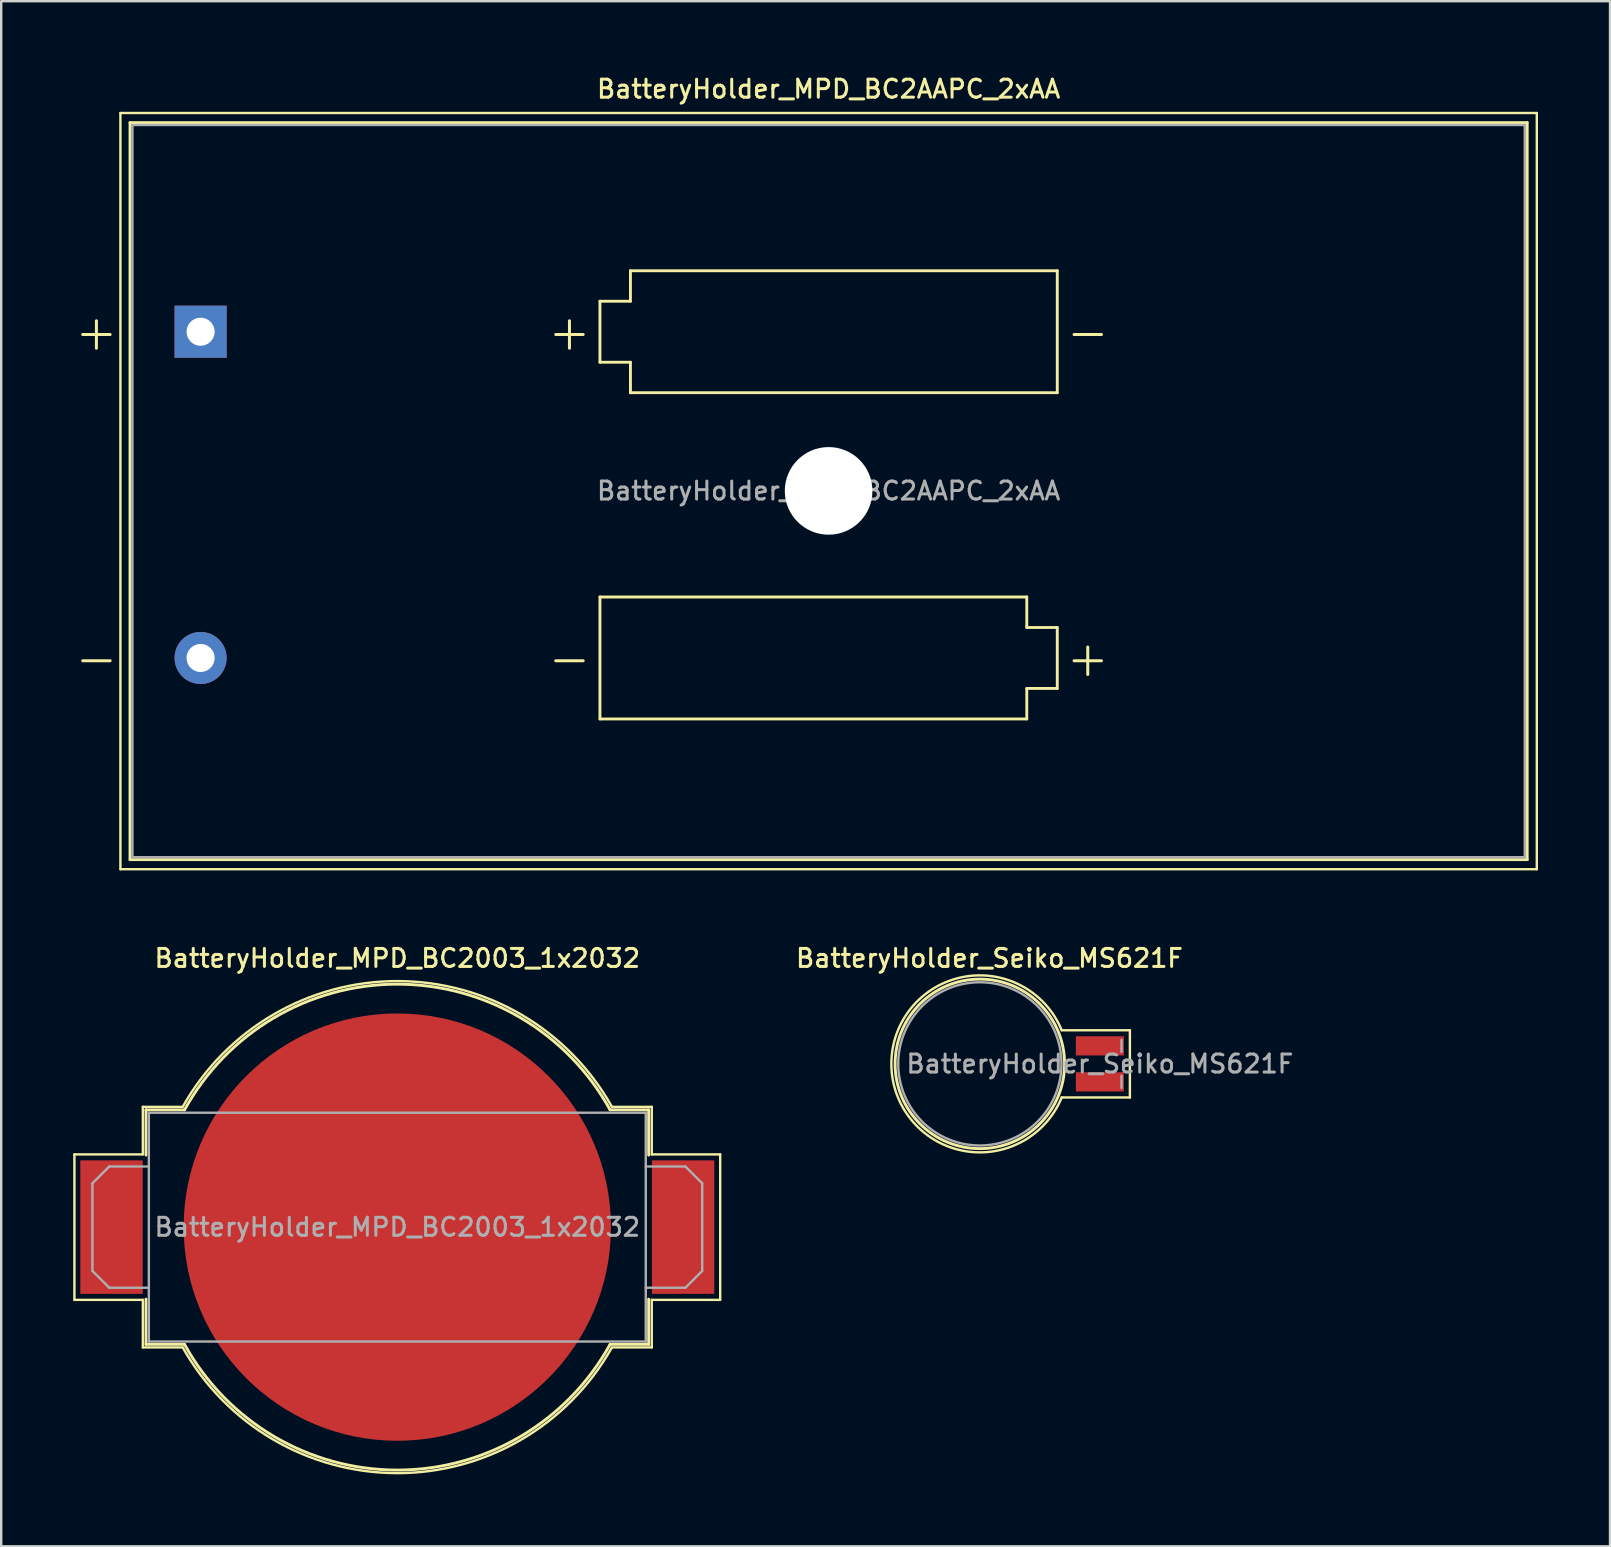
<source format=kicad_pcb>
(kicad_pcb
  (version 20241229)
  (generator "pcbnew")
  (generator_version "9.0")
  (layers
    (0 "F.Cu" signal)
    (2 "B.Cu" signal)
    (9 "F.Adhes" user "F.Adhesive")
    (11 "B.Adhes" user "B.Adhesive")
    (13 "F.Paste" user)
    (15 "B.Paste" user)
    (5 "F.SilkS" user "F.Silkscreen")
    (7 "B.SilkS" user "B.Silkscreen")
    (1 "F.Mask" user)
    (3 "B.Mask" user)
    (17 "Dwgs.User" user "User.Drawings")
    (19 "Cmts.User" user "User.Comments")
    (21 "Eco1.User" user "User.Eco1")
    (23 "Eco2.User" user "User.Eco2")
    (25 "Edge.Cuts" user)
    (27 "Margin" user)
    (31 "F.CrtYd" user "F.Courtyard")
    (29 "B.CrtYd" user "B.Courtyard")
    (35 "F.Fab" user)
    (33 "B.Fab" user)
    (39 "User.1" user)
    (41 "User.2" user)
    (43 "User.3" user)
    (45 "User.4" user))
  (footprint "BatteryHolder_Seiko_MS621F"
    (layer "F.Cu")
    (at 42.766 41.266)
    (property "Reference" "BatteryHolder_Seiko_MS621F" (at -4.6 -4.4 0) (layer "F.SilkS") (effects (font (size 0.75 0.75) (thickness 0.125))))
    (attr smd)
    (fp_line (start -1.59 -1.4) (end 1.25 -1.4) (stroke (width 0.1) (type solid)) (layer "F.SilkS"))
    (fp_line (start 1.25 -1.4) (end 1.25 1.4) (stroke (width 0.1) (type solid)) (layer "F.SilkS"))
    (fp_line (start 1.25 1.4) (end -1.59 1.4) (stroke (width 0.1) (type solid)) (layer "F.SilkS"))
    (fp_arc (start -1.59 1.4) (mid -8.686204 0.001869) (end -1.591421 -1.403457) (stroke (width 0.1) (type solid)) (layer "F.SilkS"))
    (fp_circle (center -5 0) (end -1.47 0) (stroke (width 0.12) (type solid)) (fill no) (layer "F.SilkS"))
    (fp_line (start 0.9 -1) (end 0.9 -0.5) (stroke (width 0.1) (type solid)) (layer "F.Fab"))
    (fp_line (start 0.9 0.5) (end 0.9 1) (stroke (width 0.1) (type solid)) (layer "F.Fab"))
    (fp_circle (center -5 0) (end -1.6 0) (stroke (width 0.1) (type solid)) (fill no) (layer "F.Fab"))
    (fp_text user "${REFERENCE}" (at 0 0 0) (layer "F.Fab") (effects (font (size 0.75 0.75) (thickness 0.125))))
    (pad "1" smd rect (at 0 -0.75) (size 2 0.8) (layers "F.Cu" "F.Mask" "F.Paste"))
    (pad "2" smd rect (at 0 0.75) (size 2 0.8) (layers "F.Cu" "F.Mask" "F.Paste")))
  (footprint "BatteryHolder_MPD_BC2AAPC_2xAA"
    (layer "F.Cu")
    (at 5.306 10.768)
    (property "Reference" "BatteryHolder_MPD_BC2AAPC_2xAA" (at 26.16 -10.11 0) (layer "F.SilkS") (effects (font (size 0.75 0.75) (thickness 0.125))))
    (attr through_hole)
    (fp_line (start -3.34 -9.11) (end -3.34 22.39) (stroke (width 0.1) (type solid)) (layer "F.SilkS"))
    (fp_line (start -3.34 22.39) (end 55.66 22.39) (stroke (width 0.1) (type solid)) (layer "F.SilkS"))
    (fp_line (start -2.94 -8.71) (end -2.94 21.99) (stroke (width 0.12) (type solid)) (layer "F.SilkS"))
    (fp_line (start -2.94 21.99) (end 55.26 21.99) (stroke (width 0.12) (type solid)) (layer "F.SilkS"))
    (fp_line (start 16.635 -1.27) (end 17.905 -1.27) (stroke (width 0.12) (type solid)) (layer "F.SilkS"))
    (fp_line (start 16.635 1.27) (end 16.635 -1.27) (stroke (width 0.12) (type solid)) (layer "F.SilkS"))
    (fp_line (start 16.635 11.05) (end 16.635 16.13) (stroke (width 0.12) (type solid)) (layer "F.SilkS"))
    (fp_line (start 16.635 16.13) (end 34.415 16.13) (stroke (width 0.12) (type solid)) (layer "F.SilkS"))
    (fp_line (start 17.905 -2.54) (end 35.685 -2.54) (stroke (width 0.12) (type solid)) (layer "F.SilkS"))
    (fp_line (start 17.905 -1.27) (end 17.905 -2.54) (stroke (width 0.12) (type solid)) (layer "F.SilkS"))
    (fp_line (start 17.905 1.27) (end 16.635 1.27) (stroke (width 0.12) (type solid)) (layer "F.SilkS"))
    (fp_line (start 17.905 2.54) (end 17.905 1.27) (stroke (width 0.12) (type solid)) (layer "F.SilkS"))
    (fp_line (start 34.415 11.05) (end 16.635 11.05) (stroke (width 0.12) (type solid)) (layer "F.SilkS"))
    (fp_line (start 34.415 12.32) (end 34.415 11.05) (stroke (width 0.12) (type solid)) (layer "F.SilkS"))
    (fp_line (start 34.415 14.86) (end 35.685 14.86) (stroke (width 0.12) (type solid)) (layer "F.SilkS"))
    (fp_line (start 34.415 16.13) (end 34.415 14.86) (stroke (width 0.12) (type solid)) (layer "F.SilkS"))
    (fp_line (start 35.685 -2.54) (end 35.685 2.54) (stroke (width 0.12) (type solid)) (layer "F.SilkS"))
    (fp_line (start 35.685 2.54) (end 17.905 2.54) (stroke (width 0.12) (type solid)) (layer "F.SilkS"))
    (fp_line (start 35.685 12.32) (end 34.415 12.32) (stroke (width 0.12) (type solid)) (layer "F.SilkS"))
    (fp_line (start 35.685 14.86) (end 35.685 12.32) (stroke (width 0.12) (type solid)) (layer "F.SilkS"))
    (fp_line (start 55.26 -8.71) (end -2.94 -8.71) (stroke (width 0.12) (type solid)) (layer "F.SilkS"))
    (fp_line (start 55.26 21.99) (end 55.26 -8.71) (stroke (width 0.12) (type solid)) (layer "F.SilkS"))
    (fp_line (start 55.66 -9.11) (end -3.34 -9.11) (stroke (width 0.1) (type solid)) (layer "F.SilkS"))
    (fp_line (start 55.66 22.39) (end 55.66 -9.11) (stroke (width 0.1) (type solid)) (layer "F.SilkS"))
    (fp_line (start -2.84 -8.61) (end -2.84 21.89) (stroke (width 0.1) (type solid)) (layer "F.Fab"))
    (fp_line (start -2.84 21.89) (end 55.16 21.89) (stroke (width 0.1) (type solid)) (layer "F.Fab"))
    (fp_line (start 55.16 -8.61) (end -2.84 -8.61) (stroke (width 0.1) (type solid)) (layer "F.Fab"))
    (fp_line (start 55.16 21.89) (end 55.16 -8.61) (stroke (width 0.1) (type solid)) (layer "F.Fab"))
    (fp_text user "+" (at -4.34 0 0) (layer "F.SilkS") (effects (font (size 1.5 1.5) (thickness 0.125))))
    (fp_text user "-" (at 15.365 13.59 0) (layer "F.SilkS") (effects (font (size 1.5 1.5) (thickness 0.125))))
    (fp_text user "+" (at 15.365 0 0) (layer "F.SilkS") (effects (font (size 1.5 1.5) (thickness 0.125))))
    (fp_text user "-" (at 36.955 0 0) (layer "F.SilkS") (effects (font (size 1.5 1.5) (thickness 0.125))))
    (fp_text user "+" (at 36.955 13.59 0) (layer "F.SilkS") (effects (font (size 1.5 1.5) (thickness 0.125))))
    (fp_text user "-" (at -4.34 13.59 0) (layer "F.SilkS") (effects (font (size 1.5 1.5) (thickness 0.125))))
    (fp_text user "${REFERENCE}" (at 26.16 6.63 0) (layer "F.Fab") (effects (font (size 0.75 0.75) (thickness 0.125))))
    (pad "" np_thru_hole circle (at 26.16 6.63) (size 3.65 3.65) (drill 3.65) (layers "*.Cu" "*.Mask"))
    (pad "1" thru_hole rect (at 0 0) (size 2.17 2.17) (drill 1.17) (layers "*.Cu" "*.Mask"))
    (pad "2" thru_hole circle (at 0 13.59) (size 2.17 2.17) (drill 1.17) (layers "*.Cu" "*.Mask")))
  (footprint "BatteryHolder_MPD_BC2003_1x2032"
    (layer "F.Cu")
    (at 13.5 48.066)
    (property "Reference" "BatteryHolder_MPD_BC2003_1x2032" (at 0 -11.2 0) (layer "F.SilkS") (effects (font (size 0.75 0.75) (thickness 0.125))))
    (attr smd)
    (fp_line (start -13.45 -3.03) (end -13.45 3.03) (stroke (width 0.1) (type solid)) (layer "F.SilkS"))
    (fp_line (start -13.45 3.03) (end -10.6 3.03) (stroke (width 0.1) (type solid)) (layer "F.SilkS"))
    (fp_line (start -10.6 -5.01) (end -10.6 -3.03) (stroke (width 0.1) (type solid)) (layer "F.SilkS"))
    (fp_line (start -10.6 -3.03) (end -13.45 -3.03) (stroke (width 0.1) (type solid)) (layer "F.SilkS"))
    (fp_line (start -10.6 5.01) (end -10.6 3.03) (stroke (width 0.1) (type solid)) (layer "F.SilkS"))
    (fp_line (start -10.6 5.01) (end -8.94 5.01) (stroke (width 0.1) (type solid)) (layer "F.SilkS"))
    (fp_line (start -10.47 -4.885) (end -8.863 -4.885) (stroke (width 0.12) (type solid)) (layer "F.SilkS"))
    (fp_line (start -10.47 -3) (end -10.47 -4.885) (stroke (width 0.12) (type solid)) (layer "F.SilkS"))
    (fp_line (start -10.47 3) (end -10.47 4.885) (stroke (width 0.12) (type solid)) (layer "F.SilkS"))
    (fp_line (start -10.47 4.885) (end -8.863 4.885) (stroke (width 0.12) (type solid)) (layer "F.SilkS"))
    (fp_line (start -8.94 -5.01) (end -10.6 -5.01) (stroke (width 0.1) (type solid)) (layer "F.SilkS"))
    (fp_line (start 8.94 -5.01) (end 10.6 -5.01) (stroke (width 0.1) (type solid)) (layer "F.SilkS"))
    (fp_line (start 8.94 5.01) (end 10.6 5.01) (stroke (width 0.1) (type solid)) (layer "F.SilkS"))
    (fp_line (start 10.47 -4.885) (end 8.863 -4.885) (stroke (width 0.12) (type solid)) (layer "F.SilkS"))
    (fp_line (start 10.47 -3) (end 10.47 -4.885) (stroke (width 0.12) (type solid)) (layer "F.SilkS"))
    (fp_line (start 10.47 3) (end 10.47 4.885) (stroke (width 0.12) (type solid)) (layer "F.SilkS"))
    (fp_line (start 10.47 4.885) (end 8.863 4.885) (stroke (width 0.12) (type solid)) (layer "F.SilkS"))
    (fp_line (start 10.6 -5.01) (end 10.6 -3.03) (stroke (width 0.1) (type solid)) (layer "F.SilkS"))
    (fp_line (start 10.6 -3.03) (end 13.45 -3.03) (stroke (width 0.1) (type solid)) (layer "F.SilkS"))
    (fp_line (start 10.6 3.03) (end 13.45 3.03) (stroke (width 0.1) (type solid)) (layer "F.SilkS"))
    (fp_line (start 10.6 5.01) (end 10.6 3.03) (stroke (width 0.1) (type solid)) (layer "F.SilkS"))
    (fp_line (start 13.45 -3.03) (end 13.45 3.03) (stroke (width 0.1) (type solid)) (layer "F.SilkS"))
    (fp_arc (start -8.934116 -5.020486) (mid 0.006012 -10.248106) (end 8.94 -5.01) (stroke (width 0.1) (type solid)) (layer "F.SilkS"))
    (fp_arc (start -8.86291 -4.885) (mid 0 -10.12) (end 8.86291 -4.885) (stroke (width 0.12) (type solid)) (layer "F.SilkS"))
    (fp_arc (start 8.865021 4.881168) (mid 0.002187 10.12) (end -8.86291 4.885) (stroke (width 0.12) (type solid)) (layer "F.SilkS"))
    (fp_arc (start 8.92534 5.036071) (mid -0.014955 10.248096) (end -8.94 5.01) (stroke (width 0.1) (type solid)) (layer "F.SilkS"))
    (fp_line (start -12.7 -1.825) (end -12.7 1.825) (stroke (width 0.1) (type solid)) (layer "F.Fab"))
    (fp_line (start -12.7 -1.825) (end -12 -2.525) (stroke (width 0.1) (type solid)) (layer "F.Fab"))
    (fp_line (start -12.7 1.825) (end -12 2.525) (stroke (width 0.1) (type solid)) (layer "F.Fab"))
    (fp_line (start -10.35 -4.765) (end 10.35 -4.765) (stroke (width 0.1) (type solid)) (layer "F.Fab"))
    (fp_line (start -10.35 -2.525) (end -12 -2.525) (stroke (width 0.1) (type solid)) (layer "F.Fab"))
    (fp_line (start -10.35 2.525) (end -12 2.525) (stroke (width 0.1) (type solid)) (layer "F.Fab"))
    (fp_line (start -10.35 4.765) (end -10.35 -4.765) (stroke (width 0.1) (type solid)) (layer "F.Fab"))
    (fp_line (start -10.35 4.765) (end 10.35 4.765) (stroke (width 0.1) (type solid)) (layer "F.Fab"))
    (fp_line (start 10.35 -2.525) (end 12 -2.525) (stroke (width 0.1) (type solid)) (layer "F.Fab"))
    (fp_line (start 10.35 2.525) (end 12 2.525) (stroke (width 0.1) (type solid)) (layer "F.Fab"))
    (fp_line (start 10.35 4.765) (end 10.35 -4.765) (stroke (width 0.1) (type solid)) (layer "F.Fab"))
    (fp_line (start 12.7 -1.825) (end 12 -2.525) (stroke (width 0.1) (type solid)) (layer "F.Fab"))
    (fp_line (start 12.7 -1.825) (end 12.7 1.825) (stroke (width 0.1) (type solid)) (layer "F.Fab"))
    (fp_line (start 12.7 1.825) (end 12 2.525) (stroke (width 0.1) (type solid)) (layer "F.Fab"))
    (fp_text user "${REFERENCE}" (at 0 0 0) (layer "F.Fab") (effects (font (size 0.75 0.75) (thickness 0.125))))
    (pad "1" smd rect (at -11.905 0) (size 2.6 5.56) (layers "F.Cu" "F.Mask" "F.Paste"))
    (pad "1" smd rect (at 11.905 0) (size 2.6 5.56) (layers "F.Cu" "F.Mask" "F.Paste"))
    (pad "2" smd circle (at 0 0) (size 17.8 17.8) (layers "F.Cu" "F.Mask")))
  (gr_rect
    (start -3 -3)
    (end 64.016 61.364)
    (stroke (width 0.1) (type default))
    (fill no)
    (layer "Edge.Cuts")))
</source>
